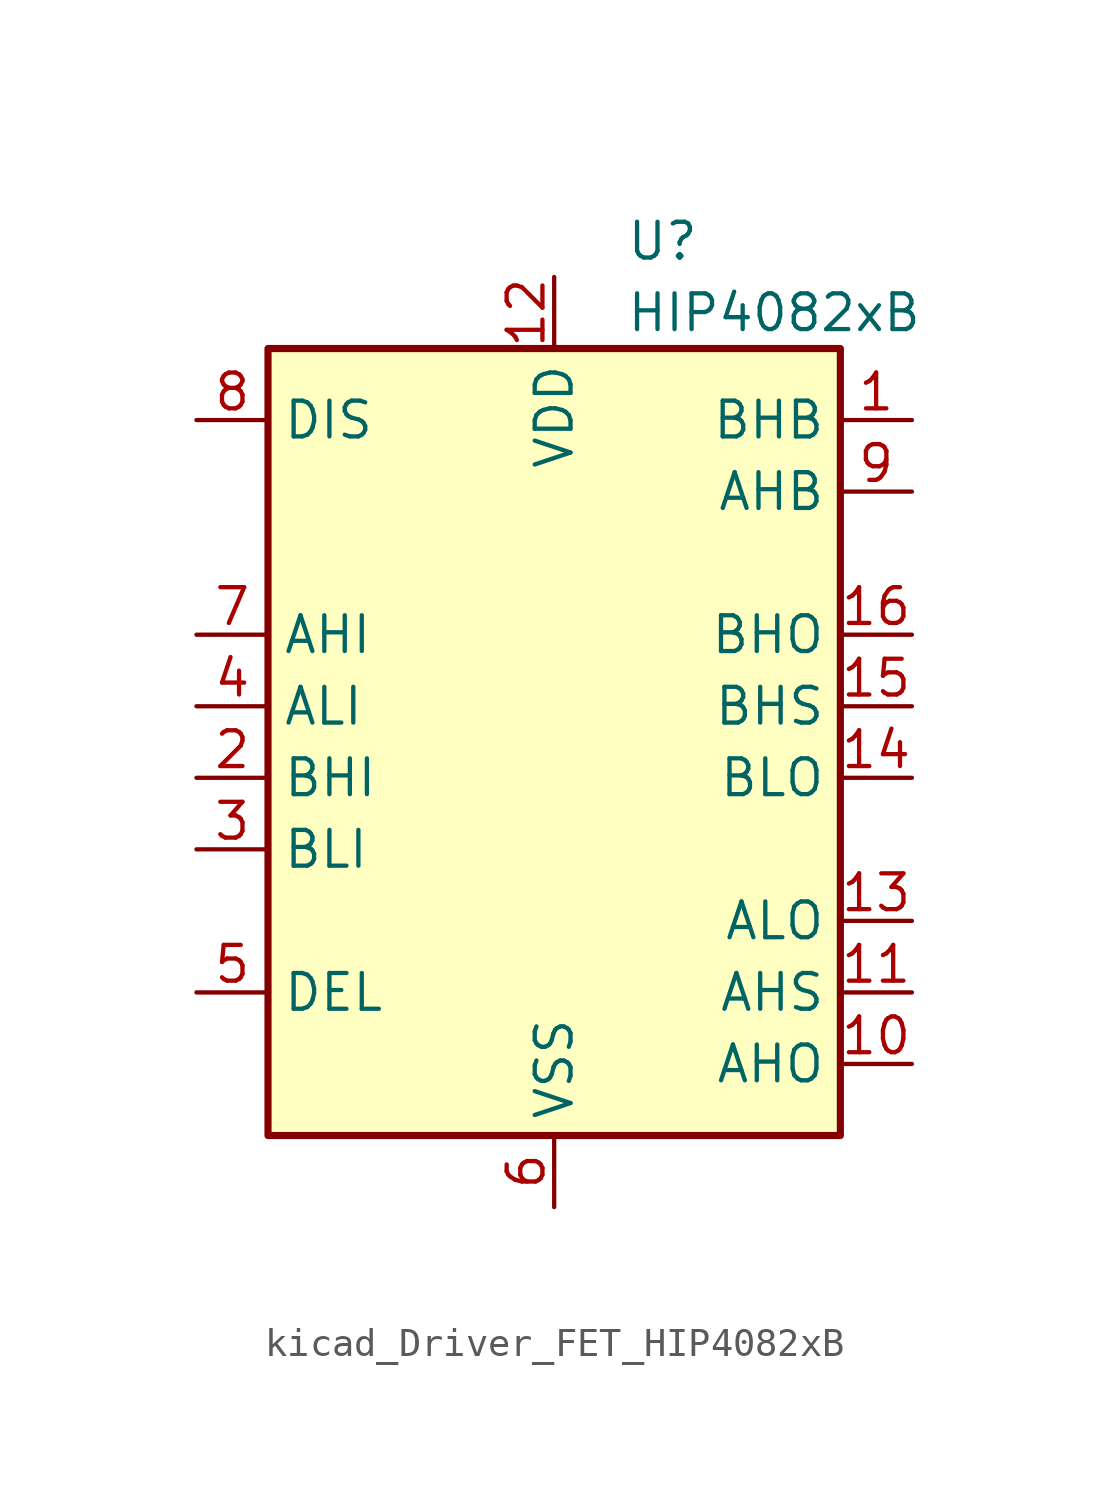
<source format=kicad_sym>
(kicad_symbol_lib
  (version 20220914)
  (generator kicad_symbol_editor)
  (symbol "kicad_Driver_FET_HIP4082xB"
    (property "Reference" "U"
      (at 2.54 16.51 0)
      (effects (font (size 1.27 1.27)) (justify left)))
    (property "Value" "HIP4082xB"
      (at 2.54 13.97 0)
      (effects (font (size 1.27 1.27)) (justify left)))
    (symbol "kicad_Driver_FET_HIP4082xB_0_0"
      (pin passive line (at -12.7 -10.16 0) (length 2.54) (name "DEL" (effects (font (size 1.27 1.27)))) (number "5" (effects (font (size 1.27 1.27))))))
    (symbol "kicad_Driver_FET_HIP4082xB_1_1"
      (rectangle (start -10.16 -15.24) (end 10.16 12.7) (stroke (width 0.254) (type default)) (fill (type background)))
      (pin input line (at 12.7 10.16 180) (length 2.54) (name "BHB" (effects (font (size 1.27 1.27)))) (number "1" (effects (font (size 1.27 1.27)))))
      (pin output line (at 12.7 -12.7 180) (length 2.54) (name "AHO" (effects (font (size 1.27 1.27)))) (number "10" (effects (font (size 1.27 1.27)))))
      (pin passive line (at 12.7 -10.16 180) (length 2.54) (name "AHS" (effects (font (size 1.27 1.27)))) (number "11" (effects (font (size 1.27 1.27)))))
      (pin power_in line (at 0 15.24 270) (length 2.54) (name "VDD" (effects (font (size 1.27 1.27)))) (number "12" (effects (font (size 1.27 1.27)))))
      (pin output line (at 12.7 -7.62 180) (length 2.54) (name "ALO" (effects (font (size 1.27 1.27)))) (number "13" (effects (font (size 1.27 1.27)))))
      (pin output line (at 12.7 -2.54 180) (length 2.54) (name "BLO" (effects (font (size 1.27 1.27)))) (number "14" (effects (font (size 1.27 1.27)))))
      (pin passive line (at 12.7 0 180) (length 2.54) (name "BHS" (effects (font (size 1.27 1.27)))) (number "15" (effects (font (size 1.27 1.27)))))
      (pin output line (at 12.7 2.54 180) (length 2.54) (name "BHO" (effects (font (size 1.27 1.27)))) (number "16" (effects (font (size 1.27 1.27)))))
      (pin input line (at -12.7 -2.54 0) (length 2.54) (name "BHI" (effects (font (size 1.27 1.27)))) (number "2" (effects (font (size 1.27 1.27)))))
      (pin input line (at -12.7 -5.08 0) (length 2.54) (name "BLI" (effects (font (size 1.27 1.27)))) (number "3" (effects (font (size 1.27 1.27)))))
      (pin input line (at -12.7 0 0) (length 2.54) (name "ALI" (effects (font (size 1.27 1.27)))) (number "4" (effects (font (size 1.27 1.27)))))
      (pin power_in line (at 0 -17.78 90) (length 2.54) (name "VSS" (effects (font (size 1.27 1.27)))) (number "6" (effects (font (size 1.27 1.27)))))
      (pin input line (at -12.7 2.54 0) (length 2.54) (name "AHI" (effects (font (size 1.27 1.27)))) (number "7" (effects (font (size 1.27 1.27)))))
      (pin input line (at -12.7 10.16 0) (length 2.54) (name "DIS" (effects (font (size 1.27 1.27)))) (number "8" (effects (font (size 1.27 1.27)))))
      (pin input line (at 12.7 7.62 180) (length 2.54) (name "AHB" (effects (font (size 1.27 1.27)))) (number "9" (effects (font (size 1.27 1.27))))))))
</source>
